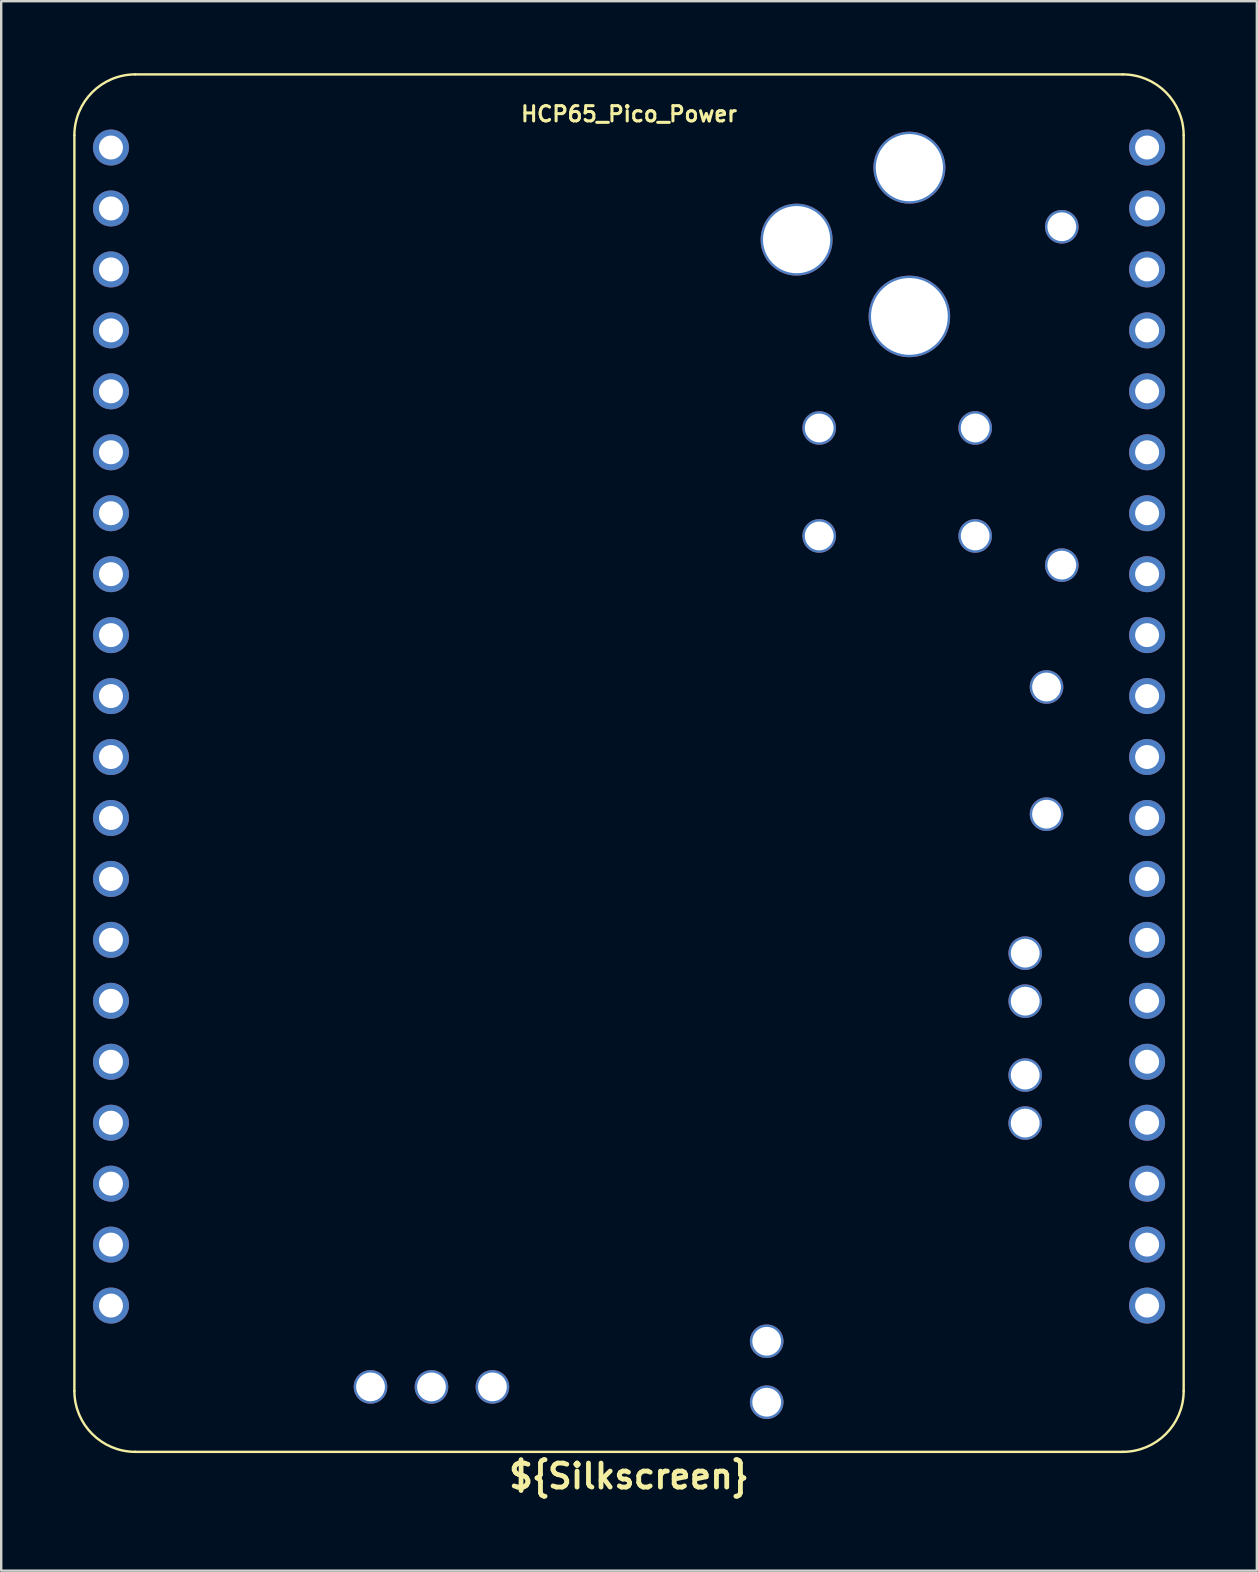
<source format=kicad_pcb>
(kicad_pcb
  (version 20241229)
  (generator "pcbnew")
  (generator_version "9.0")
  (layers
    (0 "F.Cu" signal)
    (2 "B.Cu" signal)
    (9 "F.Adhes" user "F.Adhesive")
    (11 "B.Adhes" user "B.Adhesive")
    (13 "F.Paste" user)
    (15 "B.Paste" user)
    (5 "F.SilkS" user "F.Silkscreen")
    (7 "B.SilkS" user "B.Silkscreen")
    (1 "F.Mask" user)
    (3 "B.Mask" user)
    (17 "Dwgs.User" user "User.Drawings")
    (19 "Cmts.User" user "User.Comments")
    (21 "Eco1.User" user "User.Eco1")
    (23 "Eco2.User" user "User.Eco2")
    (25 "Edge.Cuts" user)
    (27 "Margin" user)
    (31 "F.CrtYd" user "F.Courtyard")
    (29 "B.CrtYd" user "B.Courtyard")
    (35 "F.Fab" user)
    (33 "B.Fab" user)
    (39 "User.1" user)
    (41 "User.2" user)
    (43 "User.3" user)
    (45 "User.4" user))
  (footprint "HCP65_Pico_Power"
    (layer "F.Cu")
    (at 1.574 3.098)
    (property "Reference" "HCP65_Pico_Power" (at 21.59 -1.397 0) (unlocked yes) (layer "F.SilkS") (effects (font (size 0.635 0.635) (thickness 0.127) (bold yes))))
    (property "Silkscreen" "${Silkscreen}" (at 21.59 55.372 0) (layer "F.SilkS") (effects (font (size 1 1) (thickness 0.2))))
    (attr smd)
    (fp_line (start -1.524 -0.508) (end -1.524 51.816) (stroke (width 0.1) (type solid)) (layer "F.SilkS"))
    (fp_line (start 42.164 -3.048) (end 1.016 -3.048) (stroke (width 0.1) (type solid)) (layer "F.SilkS"))
    (fp_line (start 42.164 54.356) (end 1.016 54.356) (stroke (width 0.1) (type solid)) (layer "F.SilkS"))
    (fp_line (start 44.704 -0.508) (end 44.704 51.816) (stroke (width 0.1) (type solid)) (layer "F.SilkS"))
    (fp_arc (start -1.524 -0.508) (mid -0.780051 -2.304051) (end 1.016 -3.048) (stroke (width 0.1) (type solid)) (layer "F.SilkS"))
    (fp_arc (start 1.016 54.356) (mid -0.780051 53.612051) (end -1.524 51.816) (stroke (width 0.1) (type solid)) (layer "F.SilkS"))
    (fp_arc (start 42.164 -3.048) (mid 43.960022 -2.304022) (end 44.704 -0.508) (stroke (width 0.1) (type solid)) (layer "F.SilkS"))
    (fp_arc (start 44.704 51.816) (mid 43.960051 53.612051) (end 42.164 54.356) (stroke (width 0.1) (type solid)) (layer "F.SilkS"))
    (pad "" np_thru_hole circle (at 10.817 51.649) (size 1.4 1.4) (drill 1.2) (layers "*.Cu" "*.Mask"))
    (pad "" np_thru_hole circle (at 13.357 51.649) (size 1.4 1.4) (drill 1.2) (layers "*.Cu" "*.Mask"))
    (pad "" np_thru_hole circle (at 15.897 51.649) (size 1.4 1.4) (drill 1.2) (layers "*.Cu" "*.Mask"))
    (pad "" np_thru_hole circle (at 27.327 49.747) (size 1.4 1.4) (drill 1.2) (layers "*.Cu" "*.Mask"))
    (pad "" np_thru_hole circle (at 27.327 52.287) (size 1.4 1.4) (drill 1.2) (layers "*.Cu" "*.Mask"))
    (pad "" np_thru_hole circle (at 28.574 3.839 90) (size 3 3) (drill 2.8) (layers "*.Cu" "*.Mask"))
    (pad "" np_thru_hole circle (at 29.516 11.687) (size 1.4 1.4) (drill 1.2) (layers "*.Cu" "*.Mask"))
    (pad "" np_thru_hole circle (at 29.516 16.187) (size 1.4 1.4) (drill 1.2) (layers "*.Cu" "*.Mask"))
    (pad "" np_thru_hole circle (at 33.274 0.839 90) (size 3 3) (drill 2.8) (layers "*.Cu" "*.Mask"))
    (pad "" np_thru_hole circle (at 33.274 7.039 90) (size 3.4 3.4) (drill 3.2) (layers "*.Cu" "*.Mask"))
    (pad "" np_thru_hole circle (at 36.016 11.687) (size 1.4 1.4) (drill 1.2) (layers "*.Cu" "*.Mask"))
    (pad "" np_thru_hole circle (at 36.016 16.187) (size 1.4 1.4) (drill 1.2) (layers "*.Cu" "*.Mask"))
    (pad "" np_thru_hole circle (at 38.1 33.574) (size 1.4 1.4) (drill 1.2) (layers "*.Cu" "*.Mask"))
    (pad "" np_thru_hole circle (at 38.1 35.574) (size 1.4 1.4) (drill 1.2) (layers "*.Cu" "*.Mask"))
    (pad "" np_thru_hole circle (at 38.1 38.654) (size 1.4 1.4) (drill 1.2) (layers "*.Cu" "*.Mask"))
    (pad "" np_thru_hole circle (at 38.1 40.654) (size 1.4 1.4) (drill 1.2) (layers "*.Cu" "*.Mask"))
    (pad "" np_thru_hole circle (at 38.989 22.482) (size 1.4 1.4) (drill 1.2) (layers "*.Cu" "*.Mask"))
    (pad "" np_thru_hole circle (at 38.989 27.782) (size 1.4 1.4) (drill 1.2) (layers "*.Cu" "*.Mask"))
    (pad "" np_thru_hole circle (at 39.624 3.302) (size 1.4 1.4) (drill 1.2) (layers "*.Cu" "*.Mask"))
    (pad "" np_thru_hole circle (at 39.624 17.402) (size 1.4 1.4) (drill 1.2) (layers "*.Cu" "*.Mask"))
    (pad "1" thru_hole circle (at 0 0 180) (size 1.5 1.5) (drill 1) (layers "*.Cu" "*.Mask"))
    (pad "2" thru_hole circle (at 0 2.54 180) (size 1.5 1.5) (drill 1) (layers "*.Cu" "*.Mask"))
    (pad "3" thru_hole circle (at 0 5.08 180) (size 1.5 1.5) (drill 1) (layers "*.Cu" "*.Mask"))
    (pad "4" thru_hole circle (at 0 7.62 180) (size 1.5 1.5) (drill 1) (layers "*.Cu" "*.Mask"))
    (pad "5" thru_hole circle (at 0 10.16 180) (size 1.5 1.5) (drill 1) (layers "*.Cu" "*.Mask"))
    (pad "6" thru_hole circle (at 0 12.7 180) (size 1.5 1.5) (drill 1) (layers "*.Cu" "*.Mask"))
    (pad "7" thru_hole circle (at 0 15.24 180) (size 1.5 1.5) (drill 1) (layers "*.Cu" "*.Mask"))
    (pad "8" thru_hole circle (at 0 17.78 180) (size 1.5 1.5) (drill 1) (layers "*.Cu" "*.Mask"))
    (pad "9" thru_hole circle (at 0 20.32 180) (size 1.5 1.5) (drill 1) (layers "*.Cu" "*.Mask"))
    (pad "10" thru_hole circle (at 0 22.86 180) (size 1.5 1.5) (drill 1) (layers "*.Cu" "*.Mask"))
    (pad "11" thru_hole circle (at 0 25.4 180) (size 1.5 1.5) (drill 1) (layers "*.Cu" "*.Mask"))
    (pad "12" thru_hole circle (at 0 27.94 180) (size 1.5 1.5) (drill 1) (layers "*.Cu" "*.Mask"))
    (pad "13" thru_hole circle (at 0 30.48 180) (size 1.5 1.5) (drill 1) (layers "*.Cu" "*.Mask"))
    (pad "14" thru_hole circle (at 0 33.02 180) (size 1.5 1.5) (drill 1) (layers "*.Cu" "*.Mask"))
    (pad "15" thru_hole circle (at 0 35.56 180) (size 1.5 1.5) (drill 1) (layers "*.Cu" "*.Mask"))
    (pad "16" thru_hole circle (at 0 38.1 180) (size 1.5 1.5) (drill 1) (layers "*.Cu" "*.Mask"))
    (pad "17" thru_hole circle (at 0 40.64 180) (size 1.5 1.5) (drill 1) (layers "*.Cu" "*.Mask"))
    (pad "18" thru_hole circle (at 0 43.18 180) (size 1.5 1.5) (drill 1) (layers "*.Cu" "*.Mask"))
    (pad "19" thru_hole circle (at 0 45.72 180) (size 1.5 1.5) (drill 1) (layers "*.Cu" "*.Mask"))
    (pad "20" thru_hole circle (at 0 48.26 180) (size 1.5 1.5) (drill 1) (layers "*.Cu" "*.Mask"))
    (pad "21" thru_hole circle (at 43.18 48.26 180) (size 1.5 1.5) (drill 1) (layers "*.Cu" "*.Mask"))
    (pad "22" thru_hole circle (at 43.18 45.72 180) (size 1.5 1.5) (drill 1) (layers "*.Cu" "*.Mask"))
    (pad "23" thru_hole circle (at 43.18 43.18 180) (size 1.5 1.5) (drill 1) (layers "*.Cu" "*.Mask"))
    (pad "24" thru_hole circle (at 43.18 40.64 180) (size 1.5 1.5) (drill 1) (layers "*.Cu" "*.Mask"))
    (pad "25" thru_hole circle (at 43.18 38.1 180) (size 1.5 1.5) (drill 1) (layers "*.Cu" "*.Mask"))
    (pad "26" thru_hole circle (at 43.18 35.56 180) (size 1.5 1.5) (drill 1) (layers "*.Cu" "*.Mask"))
    (pad "27" thru_hole circle (at 43.18 33.02 180) (size 1.5 1.5) (drill 1) (layers "*.Cu" "*.Mask"))
    (pad "28" thru_hole circle (at 43.18 30.48 180) (size 1.5 1.5) (drill 1) (layers "*.Cu" "*.Mask"))
    (pad "29" thru_hole circle (at 43.18 27.94 180) (size 1.5 1.5) (drill 1) (layers "*.Cu" "*.Mask"))
    (pad "30" thru_hole circle (at 43.18 25.4 180) (size 1.5 1.5) (drill 1) (layers "*.Cu" "*.Mask"))
    (pad "31" thru_hole circle (at 43.18 22.86 180) (size 1.5 1.5) (drill 1) (layers "*.Cu" "*.Mask"))
    (pad "32" thru_hole circle (at 43.18 20.32 180) (size 1.5 1.5) (drill 1) (layers "*.Cu" "*.Mask"))
    (pad "33" thru_hole circle (at 43.18 17.78 180) (size 1.5 1.5) (drill 1) (layers "*.Cu" "*.Mask"))
    (pad "34" thru_hole circle (at 43.18 15.24 180) (size 1.5 1.5) (drill 1) (layers "*.Cu" "*.Mask"))
    (pad "35" thru_hole circle (at 43.18 12.7 180) (size 1.5 1.5) (drill 1) (layers "*.Cu" "*.Mask"))
    (pad "36" thru_hole circle (at 43.18 10.16 180) (size 1.5 1.5) (drill 1) (layers "*.Cu" "*.Mask"))
    (pad "37" thru_hole circle (at 43.18 7.62 180) (size 1.5 1.5) (drill 1) (layers "*.Cu" "*.Mask"))
    (pad "38" thru_hole circle (at 43.18 5.08 180) (size 1.5 1.5) (drill 1) (layers "*.Cu" "*.Mask"))
    (pad "39" thru_hole circle (at 43.18 2.54 180) (size 1.5 1.5) (drill 1) (layers "*.Cu" "*.Mask"))
    (pad "40" thru_hole circle (at 43.18 0 180) (size 1.5 1.5) (drill 1) (layers "*.Cu" "*.Mask")))
  (gr_rect
    (start -3 -3)
    (end 49.328 62.406)
    (stroke (width 0.1) (type default))
    (fill no)
    (layer "Edge.Cuts")))
</source>
